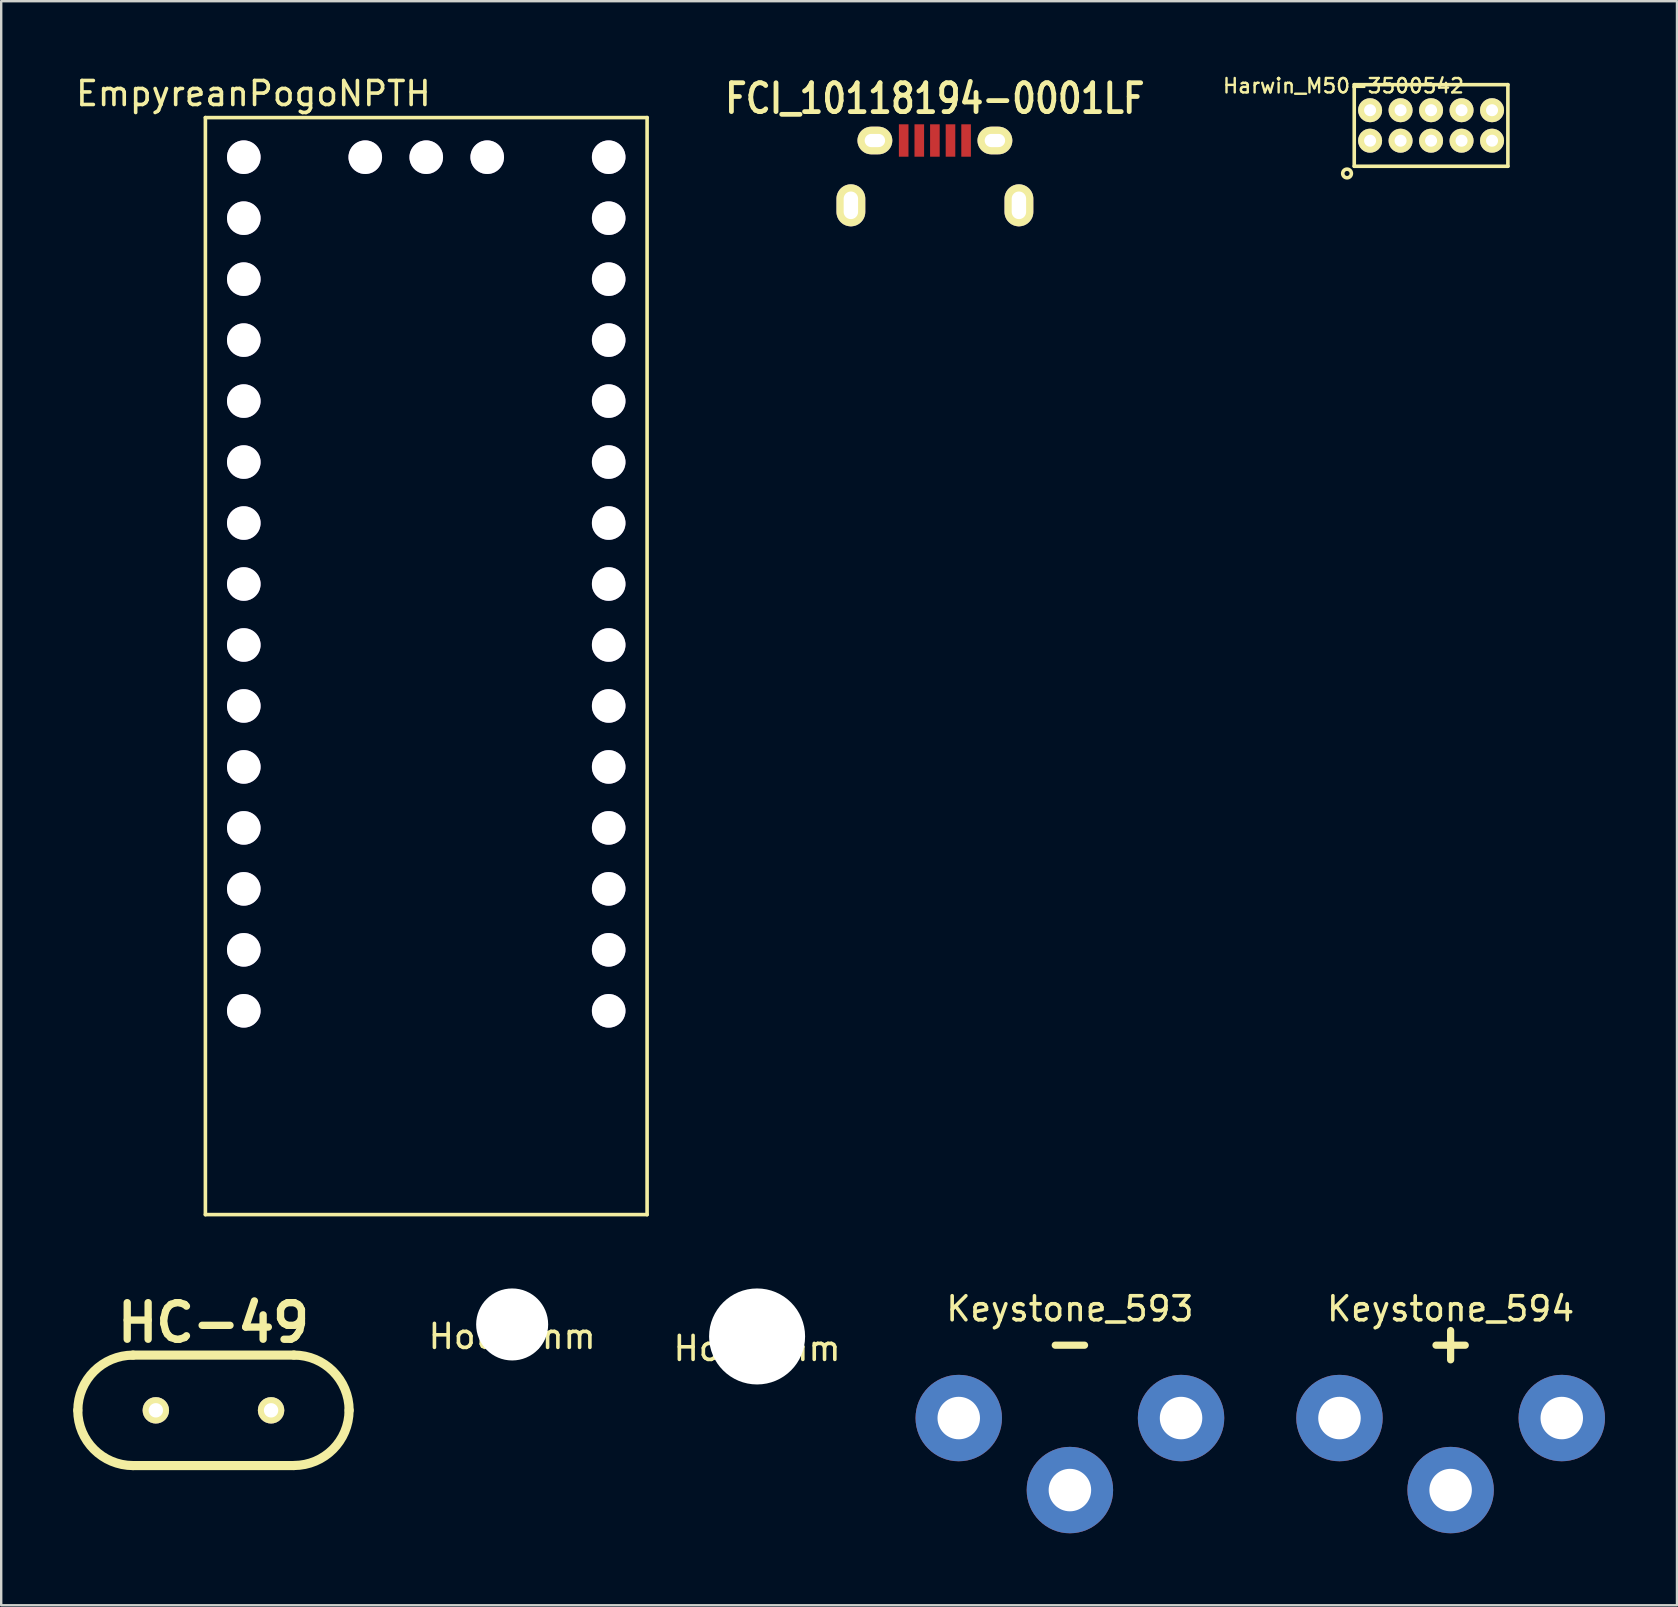
<source format=kicad_pcb>
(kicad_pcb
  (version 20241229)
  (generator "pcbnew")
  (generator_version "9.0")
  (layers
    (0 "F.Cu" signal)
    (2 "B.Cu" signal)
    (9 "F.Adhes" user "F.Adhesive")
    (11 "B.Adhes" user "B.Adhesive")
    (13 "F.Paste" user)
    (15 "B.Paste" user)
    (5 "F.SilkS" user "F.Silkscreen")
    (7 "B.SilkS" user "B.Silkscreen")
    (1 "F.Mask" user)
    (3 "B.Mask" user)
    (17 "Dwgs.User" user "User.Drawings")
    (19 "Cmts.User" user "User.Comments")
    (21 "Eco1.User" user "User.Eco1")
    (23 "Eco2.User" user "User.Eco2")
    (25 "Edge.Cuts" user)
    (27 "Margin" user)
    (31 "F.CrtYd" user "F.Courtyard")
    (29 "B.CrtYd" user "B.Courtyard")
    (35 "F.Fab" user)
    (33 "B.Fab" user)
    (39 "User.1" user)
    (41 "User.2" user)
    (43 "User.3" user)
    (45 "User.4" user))
  (footprint "Harwin_M50-3500542"
    (layer "F.Cu")
    (at 56.564 2.176)
    (property "Reference" "Harwin_M50-3500542" (at -3.65 -1.65 0) (layer "F.SilkS") (effects (font (size 0.6 0.6) (thickness 0.1))))
    (attr through_hole)
    (fp_line (start -3.2 -1.7) (end 3.2 -1.7) (stroke (width 0.15) (type solid)) (layer "F.SilkS"))
    (fp_line (start -3.2 1.7) (end -3.2 -1.7) (stroke (width 0.15) (type solid)) (layer "F.SilkS"))
    (fp_line (start 3.2 -1.7) (end 3.2 1.7) (stroke (width 0.15) (type solid)) (layer "F.SilkS"))
    (fp_line (start 3.2 1.7) (end -3.2 1.7) (stroke (width 0.15) (type solid)) (layer "F.SilkS"))
    (fp_circle (center -3.5 2) (end -3.35 2.1) (stroke (width 0.15) (type solid)) (fill no) (layer "F.SilkS"))
    (pad "1" thru_hole circle (at -2.54 0.635) (size 1 1) (drill 0.5) (layers "*.Cu" "*.Mask" "F.SilkS"))
    (pad "2" thru_hole circle (at -2.54 -0.635) (size 1 1) (drill 0.5) (layers "*.Cu" "*.Mask" "F.SilkS"))
    (pad "3" thru_hole circle (at -1.27 0.635) (size 1 1) (drill 0.5) (layers "*.Cu" "*.Mask" "F.SilkS"))
    (pad "4" thru_hole circle (at -1.27 -0.635) (size 1 1) (drill 0.5) (layers "*.Cu" "*.Mask" "F.SilkS"))
    (pad "5" thru_hole circle (at 0 0.635) (size 1 1) (drill 0.5) (layers "*.Cu" "*.Mask" "F.SilkS"))
    (pad "6" thru_hole circle (at 0 -0.635) (size 1 1) (drill 0.5) (layers "*.Cu" "*.Mask" "F.SilkS"))
    (pad "7" thru_hole circle (at 1.27 0.635) (size 1 1) (drill 0.5) (layers "*.Cu" "*.Mask" "F.SilkS"))
    (pad "8" thru_hole circle (at 1.27 -0.635) (size 1 1) (drill 0.5) (layers "*.Cu" "*.Mask" "F.SilkS"))
    (pad "9" thru_hole circle (at 2.54 0.635) (size 1 1) (drill 0.5) (layers "*.Cu" "*.Mask" "F.SilkS"))
    (pad "10" thru_hole circle (at 2.54 -0.635) (size 1 1) (drill 0.5) (layers "*.Cu" "*.Mask" "F.SilkS")))
  (footprint "EmpyreanPogoNPTH"
    (layer "F.Cu")
    (at 14.706 24.748)
    (property "Reference" "EmpyreanPogoNPTH" (at -7.2 -23.9 0) (layer "F.SilkS") (effects (font (size 1 1) (thickness 0.15))))
    (attr through_hole)
    (fp_line (start -9.2 -22.9) (end 9.2 -22.9) (stroke (width 0.15) (type solid)) (layer "F.SilkS"))
    (fp_line (start -9.2 22.8) (end -9.2 -22.9) (stroke (width 0.15) (type solid)) (layer "F.SilkS"))
    (fp_line (start 9.2 -22.9) (end 9.2 22.8) (stroke (width 0.15) (type solid)) (layer "F.SilkS"))
    (fp_line (start 9.2 22.8) (end -9.2 22.8) (stroke (width 0.15) (type solid)) (layer "F.SilkS"))
    (pad "" np_thru_hole custom (at -7.6 -21.25) (size 1.4 1.4) (drill 1.4) (layers "*.Cu" "*.Mask") (options (anchor circle)) (primitives))
    (pad "" np_thru_hole custom (at -7.6 -18.71) (size 1.4 1.4) (drill 1.4) (layers "*.Cu" "*.Mask") (options (anchor circle)) (primitives))
    (pad "" np_thru_hole custom (at -7.6 -16.17) (size 1.4 1.4) (drill 1.4) (layers "*.Cu" "*.Mask") (options (anchor circle)) (primitives))
    (pad "" np_thru_hole custom (at -7.6 -13.63) (size 1.4 1.4) (drill 1.4) (layers "*.Cu" "*.Mask") (options (anchor circle)) (primitives))
    (pad "" np_thru_hole custom (at -7.6 -11.09) (size 1.4 1.4) (drill 1.4) (layers "*.Cu" "*.Mask") (options (anchor circle)) (primitives))
    (pad "" np_thru_hole custom (at -7.6 -8.55) (size 1.4 1.4) (drill 1.4) (layers "*.Cu" "*.Mask") (options (anchor circle)) (primitives))
    (pad "" np_thru_hole custom (at -7.6 -6.01) (size 1.4 1.4) (drill 1.4) (layers "*.Cu" "*.Mask") (options (anchor circle)) (primitives))
    (pad "" np_thru_hole custom (at -7.6 -3.47) (size 1.4 1.4) (drill 1.4) (layers "*.Cu" "*.Mask") (options (anchor circle)) (primitives))
    (pad "" np_thru_hole custom (at -7.6 -0.93) (size 1.4 1.4) (drill 1.4) (layers "*.Cu" "*.Mask") (options (anchor circle)) (primitives))
    (pad "" np_thru_hole custom (at -7.6 1.61) (size 1.4 1.4) (drill 1.4) (layers "*.Cu" "*.Mask") (options (anchor circle)) (primitives))
    (pad "" np_thru_hole custom (at -7.6 4.15) (size 1.4 1.4) (drill 1.4) (layers "*.Cu" "*.Mask") (options (anchor circle)) (primitives))
    (pad "" np_thru_hole custom (at -7.6 6.69) (size 1.4 1.4) (drill 1.4) (layers "*.Cu" "*.Mask") (options (anchor circle)) (primitives))
    (pad "" np_thru_hole custom (at -7.6 9.23) (size 1.4 1.4) (drill 1.4) (layers "*.Cu" "*.Mask") (options (anchor circle)) (primitives))
    (pad "" np_thru_hole custom (at -7.6 11.77) (size 1.4 1.4) (drill 1.4) (layers "*.Cu" "*.Mask") (options (anchor circle)) (primitives))
    (pad "" np_thru_hole custom (at -7.6 14.31) (size 1.4 1.4) (drill 1.4) (layers "*.Cu" "*.Mask") (options (anchor circle)) (primitives))
    (pad "" np_thru_hole custom (at -2.54 -21.25 270) (size 1.4 1.4) (drill 1.4) (layers "*.Cu" "*.Mask") (options (anchor circle)) (primitives))
    (pad "" np_thru_hole custom (at 0 -21.25 270) (size 1.4 1.4) (drill 1.4) (layers "*.Cu" "*.Mask") (options (anchor circle)) (primitives))
    (pad "" np_thru_hole custom (at 2.54 -21.25 270) (size 1.4 1.4) (drill 1.4) (layers "*.Cu" "*.Mask") (options (anchor circle)) (primitives))
    (pad "" np_thru_hole custom (at 7.6 -21.25 180) (size 1.4 1.4) (drill 1.4) (layers "*.Cu" "*.Mask") (options (anchor circle)) (primitives))
    (pad "" np_thru_hole custom (at 7.6 -18.71 180) (size 1.4 1.4) (drill 1.4) (layers "*.Cu" "*.Mask") (options (anchor circle)) (primitives))
    (pad "" np_thru_hole custom (at 7.6 -16.17 180) (size 1.4 1.4) (drill 1.4) (layers "*.Cu" "*.Mask") (options (anchor circle)) (primitives))
    (pad "" np_thru_hole custom (at 7.6 -13.63 180) (size 1.4 1.4) (drill 1.4) (layers "*.Cu" "*.Mask") (options (anchor circle)) (primitives))
    (pad "" np_thru_hole custom (at 7.6 -11.09 180) (size 1.4 1.4) (drill 1.4) (layers "*.Cu" "*.Mask") (options (anchor circle)) (primitives))
    (pad "" np_thru_hole custom (at 7.6 -8.55 180) (size 1.4 1.4) (drill 1.4) (layers "*.Cu" "*.Mask") (options (anchor circle)) (primitives))
    (pad "" np_thru_hole custom (at 7.6 -6.01 180) (size 1.4 1.4) (drill 1.4) (layers "*.Cu" "*.Mask") (options (anchor circle)) (primitives))
    (pad "" np_thru_hole custom (at 7.6 -3.47 180) (size 1.4 1.4) (drill 1.4) (layers "*.Cu" "*.Mask") (options (anchor circle)) (primitives))
    (pad "" np_thru_hole custom (at 7.6 -0.93 180) (size 1.4 1.4) (drill 1.4) (layers "*.Cu" "*.Mask") (options (anchor circle)) (primitives))
    (pad "" np_thru_hole custom (at 7.6 1.61 180) (size 1.4 1.4) (drill 1.4) (layers "*.Cu" "*.Mask") (options (anchor circle)) (primitives))
    (pad "" np_thru_hole custom (at 7.6 4.15 180) (size 1.4 1.4) (drill 1.4) (layers "*.Cu" "*.Mask") (options (anchor circle)) (primitives))
    (pad "" np_thru_hole custom (at 7.6 6.69 180) (size 1.4 1.4) (drill 1.4) (layers "*.Cu" "*.Mask") (options (anchor circle)) (primitives))
    (pad "" np_thru_hole custom (at 7.6 9.23 180) (size 1.4 1.4) (drill 1.4) (layers "*.Cu" "*.Mask") (options (anchor circle)) (primitives))
    (pad "" np_thru_hole custom (at 7.6 11.77 180) (size 1.4 1.4) (drill 1.4) (layers "*.Cu" "*.Mask") (options (anchor circle)) (primitives))
    (pad "" np_thru_hole custom (at 7.6 14.31 180) (size 1.4 1.4) (drill 1.4) (layers "*.Cu" "*.Mask") (options (anchor circle)) (primitives)))
  (footprint "HC-49"
    (layer "F.Cu")
    (at 5.842 55.7)
    (property "Reference" "HC-49" (at 0 -3.65 0) (layer "F.SilkS") (effects (font (size 1.524 1.524) (thickness 0.305))))
    (attr through_hole)
    (fp_line (start -3.35 -2.301) (end 3.35 -2.301) (stroke (width 0.381) (type solid)) (layer "F.SilkS"))
    (fp_line (start -3.35 2.301) (end 3.35 2.301) (stroke (width 0.381) (type solid)) (layer "F.SilkS"))
    (fp_arc (start -5.64896 0) (mid -4.975686 -1.625426) (end -3.35026 -2.2987) (stroke (width 0.381) (type solid)) (layer "F.SilkS"))
    (fp_arc (start -3.35026 2.30124) (mid -4.977482 1.627222) (end -5.6515 0) (stroke (width 0.381) (type solid)) (layer "F.SilkS"))
    (fp_arc (start 3.35026 -2.30124) (mid 4.977482 -1.627222) (end 5.6515 0) (stroke (width 0.381) (type solid)) (layer "F.SilkS"))
    (fp_arc (start 5.64896 0) (mid 4.975686 1.625426) (end 3.35026 2.2987) (stroke (width 0.381) (type solid)) (layer "F.SilkS"))
    (pad "1" thru_hole circle (at -2.4 0) (size 1.1 1.1) (drill 0.599) (layers "*.Cu" "*.Mask" "F.SilkS"))
    (pad "2" thru_hole circle (at 2.4 0) (size 1.1 1.1) (drill 0.599) (layers "*.Cu" "*.Mask" "F.SilkS")))
  (footprint "Hole3mm"
    (layer "F.Cu")
    (at 18.285 52.123)
    (property "Reference" "Hole3mm" (at 0 0.5 0) (layer "F.SilkS") (effects (font (size 1 1) (thickness 0.15))))
    (attr through_hole)
    (pad "" np_thru_hole circle (at 0 0) (size 3 3) (drill 3) (layers "*.Cu" "*.Mask")))
  (footprint "Hole4mm"
    (layer "F.Cu")
    (at 28.488 52.623)
    (property "Reference" "Hole4mm" (at 0 0.5 0) (layer "F.SilkS") (effects (font (size 1 1) (thickness 0.15))))
    (attr through_hole)
    (pad "" np_thru_hole circle (at 0 0) (size 4 4) (drill 4) (layers "*.Cu" "*.Mask")))
  (footprint "Keystone_594"
    (layer "F.Cu")
    (at 57.379 59.022)
    (property "Reference" "Keystone_594" (at 0 -7.55 0) (layer "F.SilkS") (effects (font (size 1 1) (thickness 0.15))))
    (attr through_hole)
    (fp_text user "+" (at 0 -6.15 0) (layer "F.SilkS") (effects (font (size 1.6 1.6) (thickness 0.3))))
    (pad "1" thru_hole circle (at -4.63 -3) (size 3.6 3.6) (drill 1.77) (layers "*.Cu" "*.Mask"))
    (pad "1" thru_hole circle (at 0 0) (size 3.6 3.6) (drill 1.77) (layers "*.Cu" "*.Mask"))
    (pad "1" thru_hole circle (at 4.63 -3) (size 3.6 3.6) (drill 1.77) (layers "*.Cu" "*.Mask")))
  (footprint "FCI_10118194-0001LF"
    (layer "F.Cu")
    (at 35.895 5.503)
    (property "Reference" "FCI_10118194-0001LF" (at 0 -4.45 0) (layer "F.SilkS") (effects (font (size 1.2 1) (thickness 0.2))))
    (attr through_hole)
    (pad "1" smd rect (at -1.3 -2.7) (size 0.4 1.35) (layers "F.Cu" "F.Mask" "F.Paste"))
    (pad "2" smd rect (at -0.65 -2.7) (size 0.4 1.35) (layers "F.Cu" "F.Mask" "F.Paste"))
    (pad "3" smd rect (at 0 -2.7) (size 0.4 1.35) (layers "F.Cu" "F.Mask" "F.Paste"))
    (pad "4" smd rect (at 0.65 -2.7) (size 0.4 1.35) (layers "F.Cu" "F.Mask" "F.Paste"))
    (pad "5" smd rect (at 1.3 -2.7) (size 0.4 1.35) (layers "F.Cu" "F.Mask" "F.Paste"))
    (pad "6" thru_hole oval (at -3.5 0) (size 1.2 1.75) (drill oval 0.6 1.15) (layers "*.Cu" "*.Mask" "F.SilkS" "F.Paste"))
    (pad "6" thru_hole oval (at -2.5 -2.7) (size 1.45 1.15) (drill oval 0.85 0.55) (layers "*.Cu" "*.Mask" "F.SilkS" "F.Paste"))
    (pad "6" thru_hole oval (at 2.5 -2.7) (size 1.45 1.15) (drill oval 0.85 0.55) (layers "*.Cu" "*.Mask" "F.SilkS" "F.Paste"))
    (pad "6" thru_hole oval (at 3.5 0) (size 1.2 1.75) (drill oval 0.6 1.15) (layers "*.Cu" "*.Mask" "F.SilkS" "F.Paste")))
  (footprint "Keystone_593"
    (layer "F.Cu")
    (at 41.519 59.022)
    (property "Reference" "Keystone_593" (at 0 -7.55 0) (layer "F.SilkS") (effects (font (size 1 1) (thickness 0.15))))
    (attr through_hole)
    (fp_text user "-" (at 0 -6.15 0) (layer "F.SilkS") (effects (font (size 1.6 1.6) (thickness 0.3))))
    (pad "1" thru_hole circle (at -4.63 -3) (size 3.6 3.6) (drill 1.77) (layers "*.Cu" "*.Mask"))
    (pad "1" thru_hole circle (at 0 0) (size 3.6 3.6) (drill 1.77) (layers "*.Cu" "*.Mask"))
    (pad "1" thru_hole circle (at 4.63 -3) (size 3.6 3.6) (drill 1.77) (layers "*.Cu" "*.Mask")))
  (gr_rect
    (start -3 -3)
    (end 66.809 63.822)
    (stroke (width 0.1) (type default))
    (fill no)
    (layer "Edge.Cuts")))
</source>
